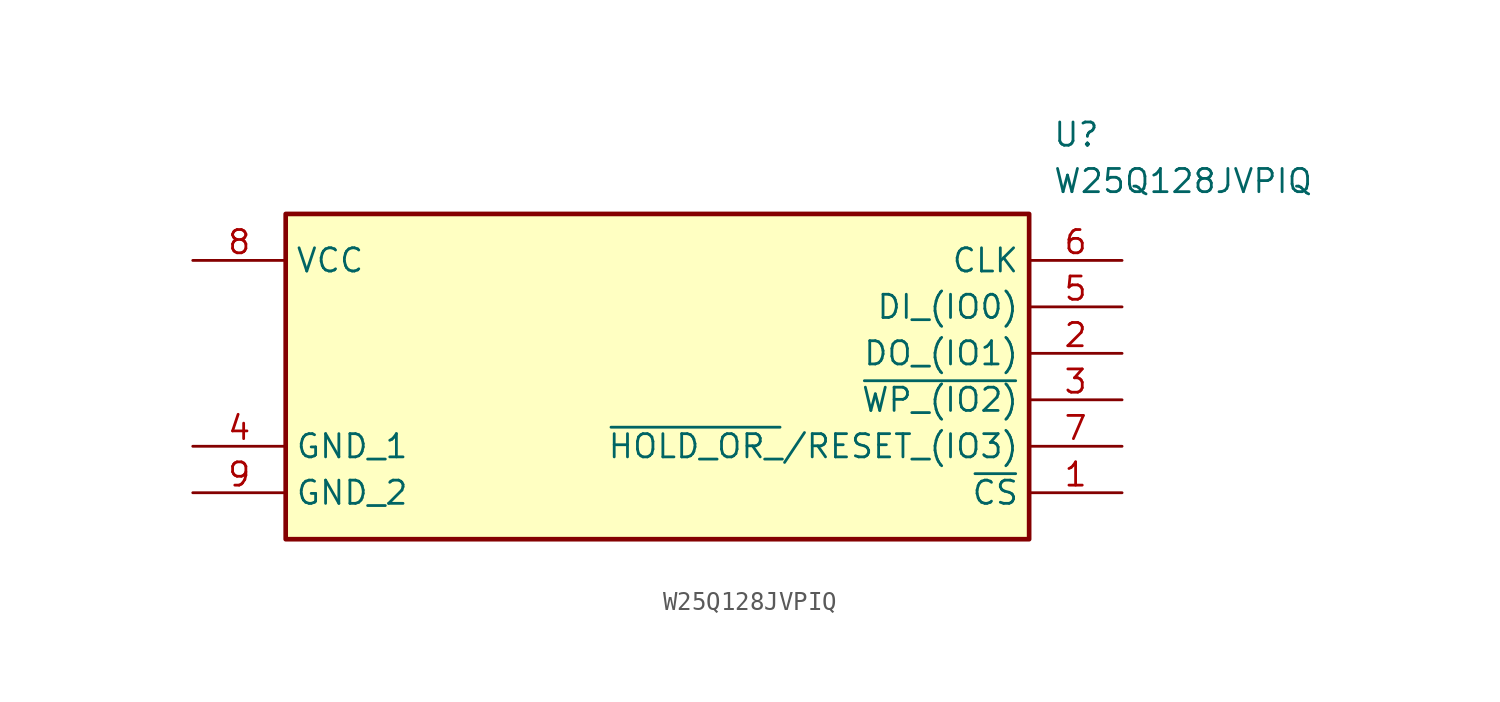
<source format=kicad_sym>
(kicad_symbol_lib
  (version 20220914)
  (generator kicad_symbol_editor)
  (symbol "W25Q128JVPIQ"
    (property "Reference" "U"
      (at 46.99 7.62 0)
      (effects (font (size 1.27 1.27)) (justify left top)))
    (property "Value" "W25Q128JVPIQ"
      (at 46.99 5.08 0)
      (effects (font (size 1.27 1.27)) (justify left top)))
    (symbol "W25Q128JVPIQ_1_1"
      (rectangle (start 5.08 2.54) (end 45.72 -15.24) (stroke (width 0.254) (type default)) (fill (type background)))
      (pin passive line (at 50.8 -12.7 180) (length 5.08) (name "~{CS}" (effects (font (size 1.27 1.27)))) (number "1" (effects (font (size 1.27 1.27)))))
      (pin passive line (at 50.8 -5.08 180) (length 5.08) (name "DO_(IO1)" (effects (font (size 1.27 1.27)))) (number "2" (effects (font (size 1.27 1.27)))))
      (pin passive line (at 50.8 -7.62 180) (length 5.08) (name "~{WP_(IO2)}" (effects (font (size 1.27 1.27)))) (number "3" (effects (font (size 1.27 1.27)))))
      (pin passive line (at 0 -10.16 0) (length 5.08) (name "GND_1" (effects (font (size 1.27 1.27)))) (number "4" (effects (font (size 1.27 1.27)))))
      (pin passive line (at 50.8 -2.54 180) (length 5.08) (name "DI_(IO0)" (effects (font (size 1.27 1.27)))) (number "5" (effects (font (size 1.27 1.27)))))
      (pin passive line (at 50.8 0 180) (length 5.08) (name "CLK" (effects (font (size 1.27 1.27)))) (number "6" (effects (font (size 1.27 1.27)))))
      (pin passive line (at 50.8 -10.16 180) (length 5.08) (name "~{HOLD_OR_}/RESET_(IO3)" (effects (font (size 1.27 1.27)))) (number "7" (effects (font (size 1.27 1.27)))))
      (pin passive line (at 0 0 0) (length 5.08) (name "VCC" (effects (font (size 1.27 1.27)))) (number "8" (effects (font (size 1.27 1.27)))))
      (pin passive line (at 0 -12.7 0) (length 5.08) (name "GND_2" (effects (font (size 1.27 1.27)))) (number "9" (effects (font (size 1.27 1.27))))))))
</source>
